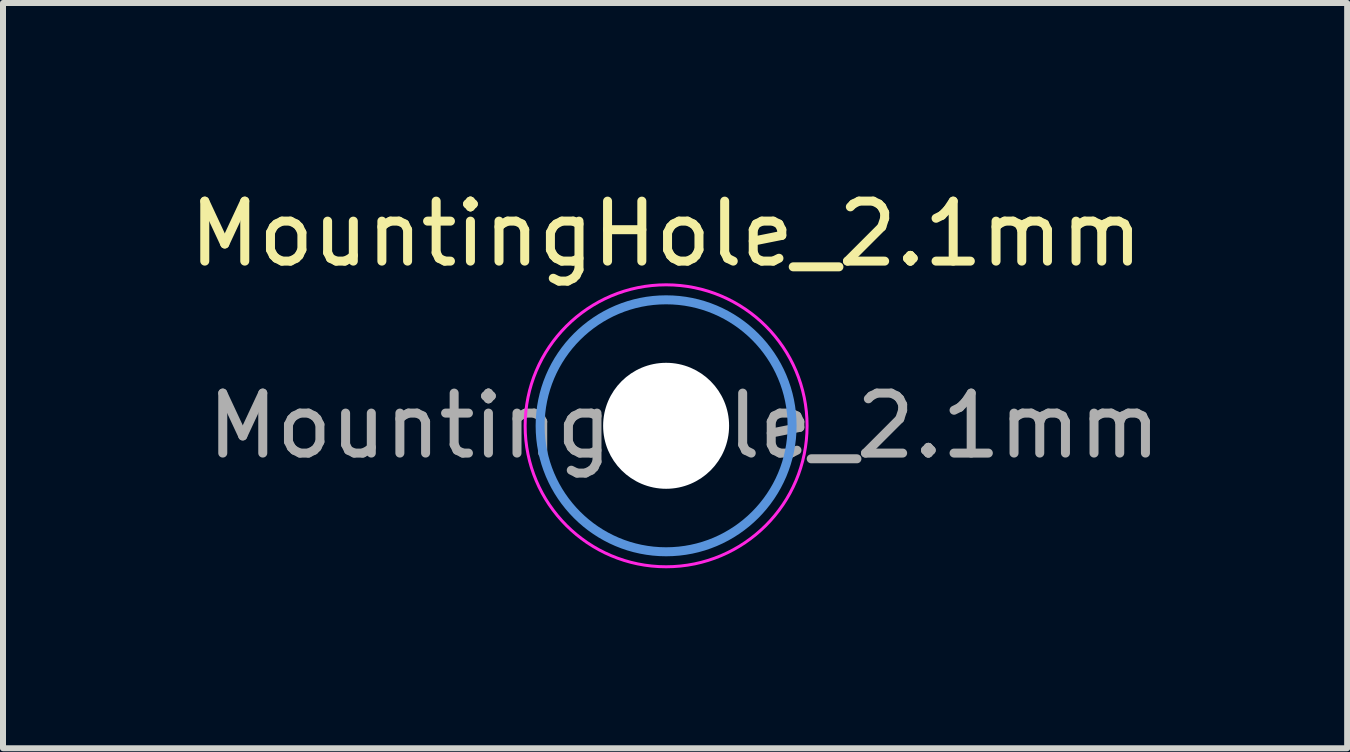
<source format=kicad_pcb>
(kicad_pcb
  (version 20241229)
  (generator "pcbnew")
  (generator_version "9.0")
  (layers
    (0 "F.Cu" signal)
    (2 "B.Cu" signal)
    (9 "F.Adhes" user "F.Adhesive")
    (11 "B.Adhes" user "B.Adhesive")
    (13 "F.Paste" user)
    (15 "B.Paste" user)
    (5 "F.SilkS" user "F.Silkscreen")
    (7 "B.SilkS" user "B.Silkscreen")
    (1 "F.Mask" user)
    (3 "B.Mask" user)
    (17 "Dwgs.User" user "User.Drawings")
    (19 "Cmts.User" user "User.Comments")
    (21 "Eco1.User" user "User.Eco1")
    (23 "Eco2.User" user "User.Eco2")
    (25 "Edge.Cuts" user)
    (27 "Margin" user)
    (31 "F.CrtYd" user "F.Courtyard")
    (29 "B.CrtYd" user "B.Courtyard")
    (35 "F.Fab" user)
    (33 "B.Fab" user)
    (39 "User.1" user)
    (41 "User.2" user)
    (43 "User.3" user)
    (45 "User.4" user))
  (footprint "MountingHole_2.1mm"
    (layer "F.Cu")
    (at 8.054 4.048)
    (property "Reference" "MountingHole_2.1mm" (at 0 -3.2 0) (layer "F.SilkS") (effects (font (size 1 1) (thickness 0.15))))
    (attr exclude_from_pos_files exclude_from_bom)
    (fp_circle (center 0 0) (end 2.1 0) (stroke (width 0.15) (type solid)) (fill no) (layer "Cmts.User"))
    (fp_circle (center 0 0) (end 2.35 0) (stroke (width 0.05) (type solid)) (fill no) (layer "F.CrtYd"))
    (fp_text user "${REFERENCE}" (at 0.3 0 0) (layer "F.Fab") (effects (font (size 1 1) (thickness 0.15))))
    (pad "" np_thru_hole circle (at 0 0) (size 2.1 2.1) (drill 2.1) (layers "*.Cu" "*.Mask")))
  (gr_rect
    (start -3 -3)
    (end 19.407 9.423)
    (stroke (width 0.1) (type default))
    (fill no)
    (layer "Edge.Cuts")))
</source>
